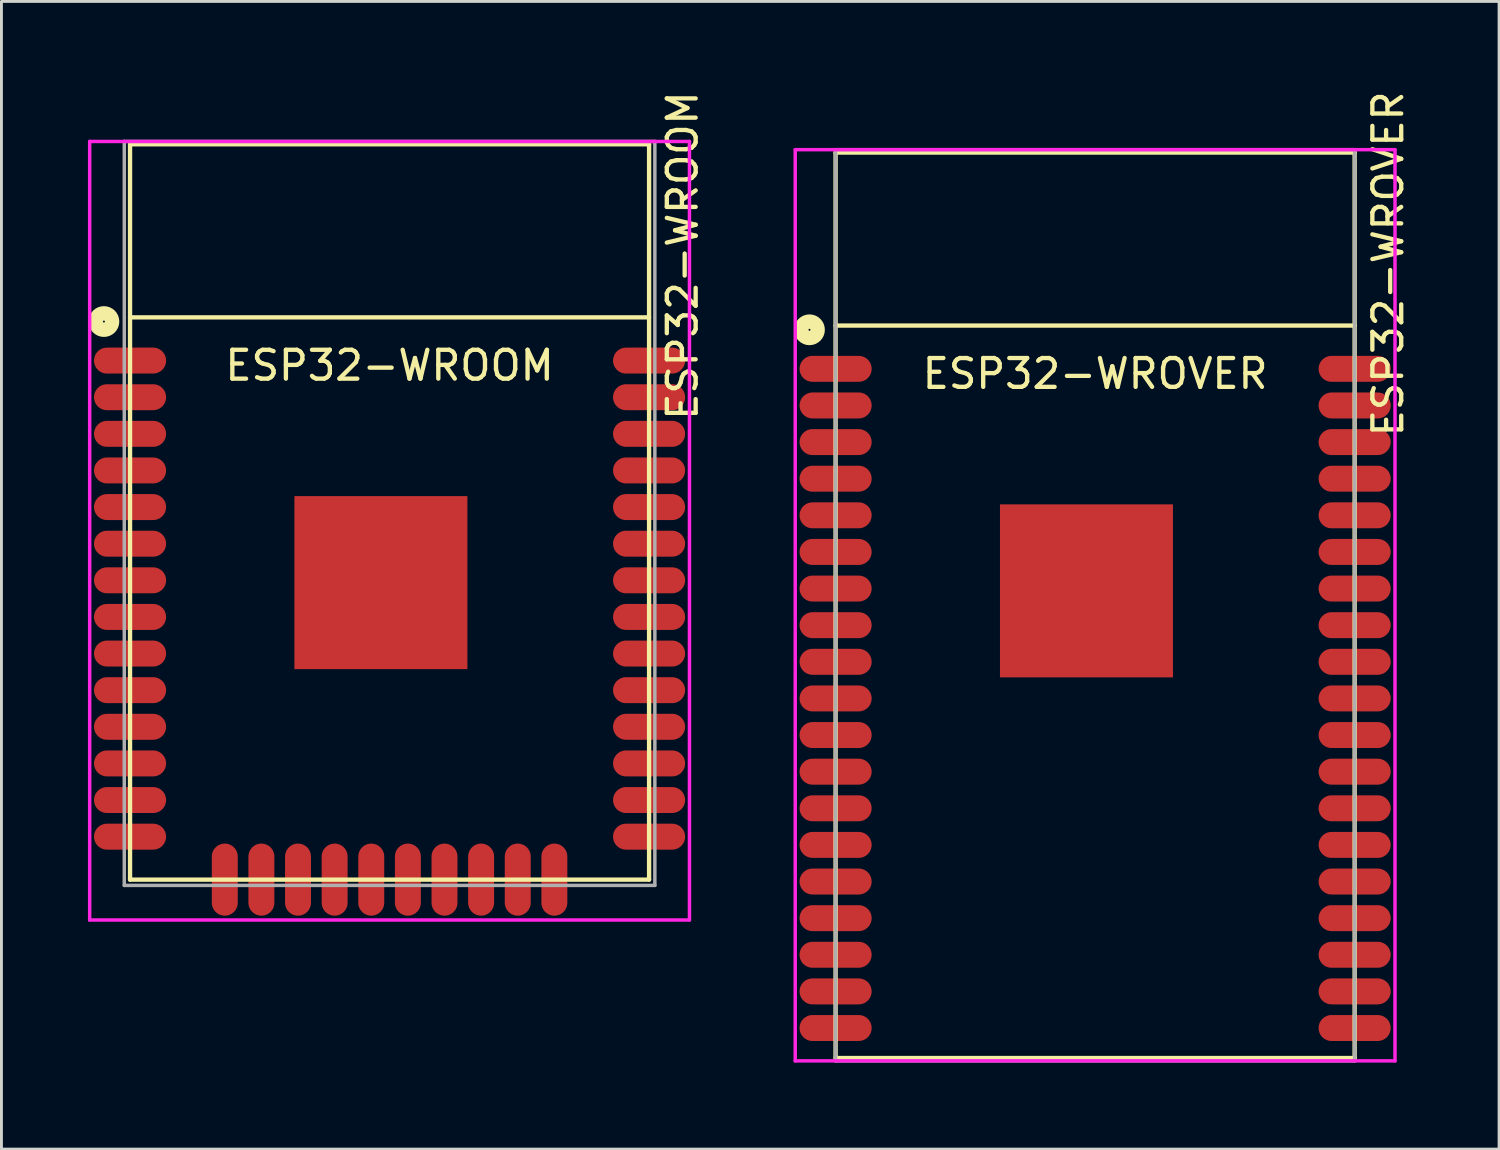
<source format=kicad_pcb>
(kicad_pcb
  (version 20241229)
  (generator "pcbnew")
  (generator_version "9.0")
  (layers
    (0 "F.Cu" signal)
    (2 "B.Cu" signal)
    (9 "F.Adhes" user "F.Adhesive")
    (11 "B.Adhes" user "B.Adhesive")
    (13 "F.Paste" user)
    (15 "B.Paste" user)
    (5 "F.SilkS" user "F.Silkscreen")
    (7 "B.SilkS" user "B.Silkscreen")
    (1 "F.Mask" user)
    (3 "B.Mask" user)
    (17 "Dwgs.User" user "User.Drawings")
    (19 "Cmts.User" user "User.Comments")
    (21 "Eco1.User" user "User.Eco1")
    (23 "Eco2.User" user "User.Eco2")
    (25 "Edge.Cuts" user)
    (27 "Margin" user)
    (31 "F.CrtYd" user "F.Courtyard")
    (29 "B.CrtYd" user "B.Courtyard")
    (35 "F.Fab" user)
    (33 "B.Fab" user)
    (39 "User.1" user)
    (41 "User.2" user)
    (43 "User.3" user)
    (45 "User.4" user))
  (footprint "ESP32-WROOM"
    (layer "F.Cu")
    (at 1.46 9.455)
    (property "Reference" "ESP32-WROOM" (at 19.16 -3.64 90) (layer "F.SilkS") (effects (font (size 1 1) (thickness 0.15))))
    (attr through_hole)
    (fp_line (start 0 -7.5) (end 0 18) (stroke (width 0.15) (type solid)) (layer "F.SilkS"))
    (fp_line (start 18 -7.5) (end 0 -7.5) (stroke (width 0.15) (type solid)) (layer "F.SilkS"))
    (fp_line (start 18 -7.5) (end 18 18) (stroke (width 0.15) (type solid)) (layer "F.SilkS"))
    (fp_line (start 18 -1.5) (end 0 -1.5) (stroke (width 0.15) (type solid)) (layer "F.SilkS"))
    (fp_line (start 18 18) (end 0 18) (stroke (width 0.15) (type solid)) (layer "F.SilkS"))
    (fp_circle (center -0.906 -1.354) (end -1.033 -1.608) (stroke (width 0.5) (type solid)) (fill no) (layer "F.SilkS"))
    (fp_line (start -1.4 -7.6) (end -1.4 19.4) (stroke (width 0.12) (type solid)) (layer "F.CrtYd"))
    (fp_line (start -1.4 19.4) (end 19.4 19.4) (stroke (width 0.12) (type solid)) (layer "F.CrtYd"))
    (fp_line (start 19.4 -7.6) (end -1.4 -7.6) (stroke (width 0.12) (type solid)) (layer "F.CrtYd"))
    (fp_line (start 19.4 19.4) (end 19.4 -7.6) (stroke (width 0.12) (type solid)) (layer "F.CrtYd"))
    (fp_line (start -0.2 -7.6) (end -0.2 18.2) (stroke (width 0.12) (type solid)) (layer "F.Fab"))
    (fp_line (start -0.2 18.2) (end 18.2 18.2) (stroke (width 0.12) (type solid)) (layer "F.Fab"))
    (fp_line (start 18.2 -7.6) (end -0.2 -7.6) (stroke (width 0.12) (type solid)) (layer "F.Fab"))
    (fp_line (start 18.2 18.2) (end 18.2 -7.6) (stroke (width 0.12) (type solid)) (layer "F.Fab"))
    (fp_text user "ESP32-WROOM" (at 9 0.17 0) (layer "F.SilkS") (effects (font (size 1 1) (thickness 0.15))))
    (pad "1" smd oval (at 0 0 180) (size 2.5 0.9) (layers "F.Cu" "F.Mask" "F.Paste"))
    (pad "2" smd oval (at 0 1.27 180) (size 2.5 0.9) (layers "F.Cu" "F.Mask" "F.Paste"))
    (pad "3" smd oval (at 0 2.54 180) (size 2.5 0.9) (layers "F.Cu" "F.Mask" "F.Paste"))
    (pad "4" smd oval (at 0 3.81 180) (size 2.5 0.9) (layers "F.Cu" "F.Mask" "F.Paste"))
    (pad "5" smd oval (at 0 5.08 180) (size 2.5 0.9) (layers "F.Cu" "F.Mask" "F.Paste"))
    (pad "6" smd oval (at 0 6.35 180) (size 2.5 0.9) (layers "F.Cu" "F.Mask" "F.Paste"))
    (pad "7" smd oval (at 0 7.62 180) (size 2.5 0.9) (layers "F.Cu" "F.Mask" "F.Paste"))
    (pad "8" smd oval (at 0 8.89 180) (size 2.5 0.9) (layers "F.Cu" "F.Mask" "F.Paste"))
    (pad "9" smd oval (at 0 10.16 180) (size 2.5 0.9) (layers "F.Cu" "F.Mask" "F.Paste"))
    (pad "10" smd oval (at 0 11.43 180) (size 2.5 0.9) (layers "F.Cu" "F.Mask" "F.Paste"))
    (pad "11" smd oval (at 0 12.7 180) (size 2.5 0.9) (layers "F.Cu" "F.Mask" "F.Paste"))
    (pad "12" smd oval (at 0 13.97 180) (size 2.5 0.9) (layers "F.Cu" "F.Mask" "F.Paste"))
    (pad "13" smd oval (at 0 15.24 180) (size 2.5 0.9) (layers "F.Cu" "F.Mask" "F.Paste"))
    (pad "14" smd oval (at 0 16.51 180) (size 2.5 0.9) (layers "F.Cu" "F.Mask" "F.Paste"))
    (pad "15" smd oval (at 3.285 18 180) (size 0.9 2.5) (layers "F.Cu" "F.Mask" "F.Paste"))
    (pad "16" smd oval (at 4.555 18 180) (size 0.9 2.5) (layers "F.Cu" "F.Mask" "F.Paste"))
    (pad "17" smd oval (at 5.825 18 180) (size 0.9 2.5) (layers "F.Cu" "F.Mask" "F.Paste"))
    (pad "18" smd oval (at 7.095 18 180) (size 0.9 2.5) (layers "F.Cu" "F.Mask" "F.Paste"))
    (pad "19" smd oval (at 8.365 18 180) (size 0.9 2.5) (layers "F.Cu" "F.Mask" "F.Paste"))
    (pad "20" smd oval (at 9.635 18 180) (size 0.9 2.5) (layers "F.Cu" "F.Mask" "F.Paste"))
    (pad "21" smd oval (at 10.905 18 180) (size 0.9 2.5) (layers "F.Cu" "F.Mask" "F.Paste"))
    (pad "22" smd oval (at 12.175 18 180) (size 0.9 2.5) (layers "F.Cu" "F.Mask" "F.Paste"))
    (pad "23" smd oval (at 13.445 18 180) (size 0.9 2.5) (layers "F.Cu" "F.Mask" "F.Paste"))
    (pad "24" smd oval (at 14.715 18 180) (size 0.9 2.5) (layers "F.Cu" "F.Mask" "F.Paste"))
    (pad "25" smd oval (at 18 16.51 180) (size 2.5 0.9) (layers "F.Cu" "F.Mask" "F.Paste"))
    (pad "26" smd oval (at 18 15.24 180) (size 2.5 0.9) (layers "F.Cu" "F.Mask" "F.Paste"))
    (pad "27" smd oval (at 18 13.97 180) (size 2.5 0.9) (layers "F.Cu" "F.Mask" "F.Paste"))
    (pad "28" smd oval (at 18 12.7 180) (size 2.5 0.9) (layers "F.Cu" "F.Mask" "F.Paste"))
    (pad "29" smd oval (at 18 11.43 180) (size 2.5 0.9) (layers "F.Cu" "F.Mask" "F.Paste"))
    (pad "30" smd oval (at 18 10.16 180) (size 2.5 0.9) (layers "F.Cu" "F.Mask" "F.Paste"))
    (pad "31" smd oval (at 18 8.89 180) (size 2.5 0.9) (layers "F.Cu" "F.Mask" "F.Paste"))
    (pad "32" smd oval (at 18 7.62 180) (size 2.5 0.9) (layers "F.Cu" "F.Mask" "F.Paste"))
    (pad "33" smd oval (at 18 6.35 180) (size 2.5 0.9) (layers "F.Cu" "F.Mask" "F.Paste"))
    (pad "34" smd oval (at 18 5.08 180) (size 2.5 0.9) (layers "F.Cu" "F.Mask" "F.Paste"))
    (pad "35" smd oval (at 18 3.81 180) (size 2.5 0.9) (layers "F.Cu" "F.Mask" "F.Paste"))
    (pad "36" smd oval (at 18 2.54 180) (size 2.5 0.9) (layers "F.Cu" "F.Mask" "F.Paste"))
    (pad "37" smd oval (at 18 1.27 180) (size 2.5 0.9) (layers "F.Cu" "F.Mask" "F.Paste"))
    (pad "38" smd oval (at 18 0 180) (size 2.5 0.9) (layers "F.Cu" "F.Mask" "F.Paste"))
    (pad "39" smd rect (at 8.7 7.7 180) (size 6 6) (layers "F.Cu" "F.Mask" "F.Paste")))
  (footprint "ESP32-WROVER"
    (layer "F.Cu")
    (at 25.928 9.741)
    (property "Reference" "ESP32-WROVER" (at 19.16 -3.64 90) (layer "F.SilkS") (effects (font (size 1 1) (thickness 0.15))))
    (attr through_hole)
    (fp_line (start 0 -7.5) (end 0 23.9) (stroke (width 0.15) (type solid)) (layer "F.SilkS"))
    (fp_line (start 18 -7.5) (end 0 -7.5) (stroke (width 0.15) (type solid)) (layer "F.SilkS"))
    (fp_line (start 18 -7.5) (end 18 23.9) (stroke (width 0.15) (type solid)) (layer "F.SilkS"))
    (fp_line (start 18 -1.5) (end 0 -1.5) (stroke (width 0.15) (type solid)) (layer "F.SilkS"))
    (fp_line (start 18 23.9) (end 0 23.9) (stroke (width 0.15) (type solid)) (layer "F.SilkS"))
    (fp_circle (center -0.906 -1.354) (end -1.033 -1.608) (stroke (width 0.5) (type solid)) (fill no) (layer "F.SilkS"))
    (fp_line (start -1.4 -7.6) (end 19.4 -7.6) (stroke (width 0.12) (type solid)) (layer "F.CrtYd"))
    (fp_line (start -1.4 24) (end -1.4 -7.6) (stroke (width 0.12) (type solid)) (layer "F.CrtYd"))
    (fp_line (start 19.4 -7.6) (end 19.4 24) (stroke (width 0.12) (type solid)) (layer "F.CrtYd"))
    (fp_line (start 19.4 24) (end -1.4 24) (stroke (width 0.12) (type solid)) (layer "F.CrtYd"))
    (fp_line (start 0 -7.6) (end 0 24) (stroke (width 0.12) (type solid)) (layer "F.Fab"))
    (fp_line (start 0 24) (end 18 24) (stroke (width 0.12) (type solid)) (layer "F.Fab"))
    (fp_line (start 18 -7.6) (end 0 -7.6) (stroke (width 0.12) (type solid)) (layer "F.Fab"))
    (fp_line (start 18 24) (end 18 -7.6) (stroke (width 0.12) (type solid)) (layer "F.Fab"))
    (fp_text user "ESP32-WROVER" (at 9 0.17 0) (layer "F.SilkS") (effects (font (size 1 1) (thickness 0.15))))
    (pad "1" smd oval (at 0 0 180) (size 2.5 0.9) (layers "F.Cu" "F.Mask" "F.Paste"))
    (pad "2" smd oval (at 0 1.27 180) (size 2.5 0.9) (layers "F.Cu" "F.Mask" "F.Paste"))
    (pad "3" smd oval (at 0 2.54 180) (size 2.5 0.9) (layers "F.Cu" "F.Mask" "F.Paste"))
    (pad "4" smd oval (at 0 3.81 180) (size 2.5 0.9) (layers "F.Cu" "F.Mask" "F.Paste"))
    (pad "5" smd oval (at 0 5.08 180) (size 2.5 0.9) (layers "F.Cu" "F.Mask" "F.Paste"))
    (pad "6" smd oval (at 0 6.35 180) (size 2.5 0.9) (layers "F.Cu" "F.Mask" "F.Paste"))
    (pad "7" smd oval (at 0 7.62 180) (size 2.5 0.9) (layers "F.Cu" "F.Mask" "F.Paste"))
    (pad "8" smd oval (at 0 8.89 180) (size 2.5 0.9) (layers "F.Cu" "F.Mask" "F.Paste"))
    (pad "9" smd oval (at 0 10.16 180) (size 2.5 0.9) (layers "F.Cu" "F.Mask" "F.Paste"))
    (pad "10" smd oval (at 0 11.43 180) (size 2.5 0.9) (layers "F.Cu" "F.Mask" "F.Paste"))
    (pad "11" smd oval (at 0 12.7 180) (size 2.5 0.9) (layers "F.Cu" "F.Mask" "F.Paste"))
    (pad "12" smd oval (at 0 13.97 180) (size 2.5 0.9) (layers "F.Cu" "F.Mask" "F.Paste"))
    (pad "13" smd oval (at 0 15.24 180) (size 2.5 0.9) (layers "F.Cu" "F.Mask" "F.Paste"))
    (pad "14" smd oval (at 0 16.51 180) (size 2.5 0.9) (layers "F.Cu" "F.Mask" "F.Paste"))
    (pad "15" smd oval (at 0 17.78 180) (size 2.5 0.9) (layers "F.Cu" "F.Mask" "F.Paste"))
    (pad "16" smd oval (at 0 19.05 180) (size 2.5 0.9) (layers "F.Cu" "F.Mask" "F.Paste"))
    (pad "17" smd oval (at 0 20.32 180) (size 2.5 0.9) (layers "F.Cu" "F.Mask" "F.Paste"))
    (pad "18" smd oval (at 0 21.59 180) (size 2.5 0.9) (layers "F.Cu" "F.Mask" "F.Paste"))
    (pad "19" smd oval (at 0 22.86 180) (size 2.5 0.9) (layers "F.Cu" "F.Mask" "F.Paste"))
    (pad "20" smd oval (at 18 22.86 180) (size 2.5 0.9) (layers "F.Cu" "F.Mask" "F.Paste"))
    (pad "21" smd oval (at 18 21.59 180) (size 2.5 0.9) (layers "F.Cu" "F.Mask" "F.Paste"))
    (pad "22" smd oval (at 18 20.32 180) (size 2.5 0.9) (layers "F.Cu" "F.Mask" "F.Paste"))
    (pad "23" smd oval (at 18 19.05 180) (size 2.5 0.9) (layers "F.Cu" "F.Mask" "F.Paste"))
    (pad "24" smd oval (at 18 17.78 180) (size 2.5 0.9) (layers "F.Cu" "F.Mask" "F.Paste"))
    (pad "25" smd oval (at 18 16.51 180) (size 2.5 0.9) (layers "F.Cu" "F.Mask" "F.Paste"))
    (pad "26" smd oval (at 18 15.24 180) (size 2.5 0.9) (layers "F.Cu" "F.Mask" "F.Paste"))
    (pad "27" smd oval (at 18 13.97 180) (size 2.5 0.9) (layers "F.Cu" "F.Mask" "F.Paste"))
    (pad "28" smd oval (at 18 12.7 180) (size 2.5 0.9) (layers "F.Cu" "F.Mask" "F.Paste"))
    (pad "29" smd oval (at 18 11.43 180) (size 2.5 0.9) (layers "F.Cu" "F.Mask" "F.Paste"))
    (pad "30" smd oval (at 18 10.16 180) (size 2.5 0.9) (layers "F.Cu" "F.Mask" "F.Paste"))
    (pad "31" smd oval (at 18 8.89 180) (size 2.5 0.9) (layers "F.Cu" "F.Mask" "F.Paste"))
    (pad "32" smd oval (at 18 7.62 180) (size 2.5 0.9) (layers "F.Cu" "F.Mask" "F.Paste"))
    (pad "33" smd oval (at 18 6.35 180) (size 2.5 0.9) (layers "F.Cu" "F.Mask" "F.Paste"))
    (pad "34" smd oval (at 18 5.08 180) (size 2.5 0.9) (layers "F.Cu" "F.Mask" "F.Paste"))
    (pad "35" smd oval (at 18 3.81 180) (size 2.5 0.9) (layers "F.Cu" "F.Mask" "F.Paste"))
    (pad "36" smd oval (at 18 2.54 180) (size 2.5 0.9) (layers "F.Cu" "F.Mask" "F.Paste"))
    (pad "37" smd oval (at 18 1.27 180) (size 2.5 0.9) (layers "F.Cu" "F.Mask" "F.Paste"))
    (pad "38" smd oval (at 18 0 180) (size 2.5 0.9) (layers "F.Cu" "F.Mask" "F.Paste"))
    (pad "39" smd rect (at 8.7 7.7 180) (size 6 6) (layers "F.Cu" "F.Mask" "F.Paste")))
  (gr_rect
    (start -3 -3)
    (end 48.937 36.801)
    (stroke (width 0.1) (type default))
    (fill no)
    (layer "Edge.Cuts")))
</source>
